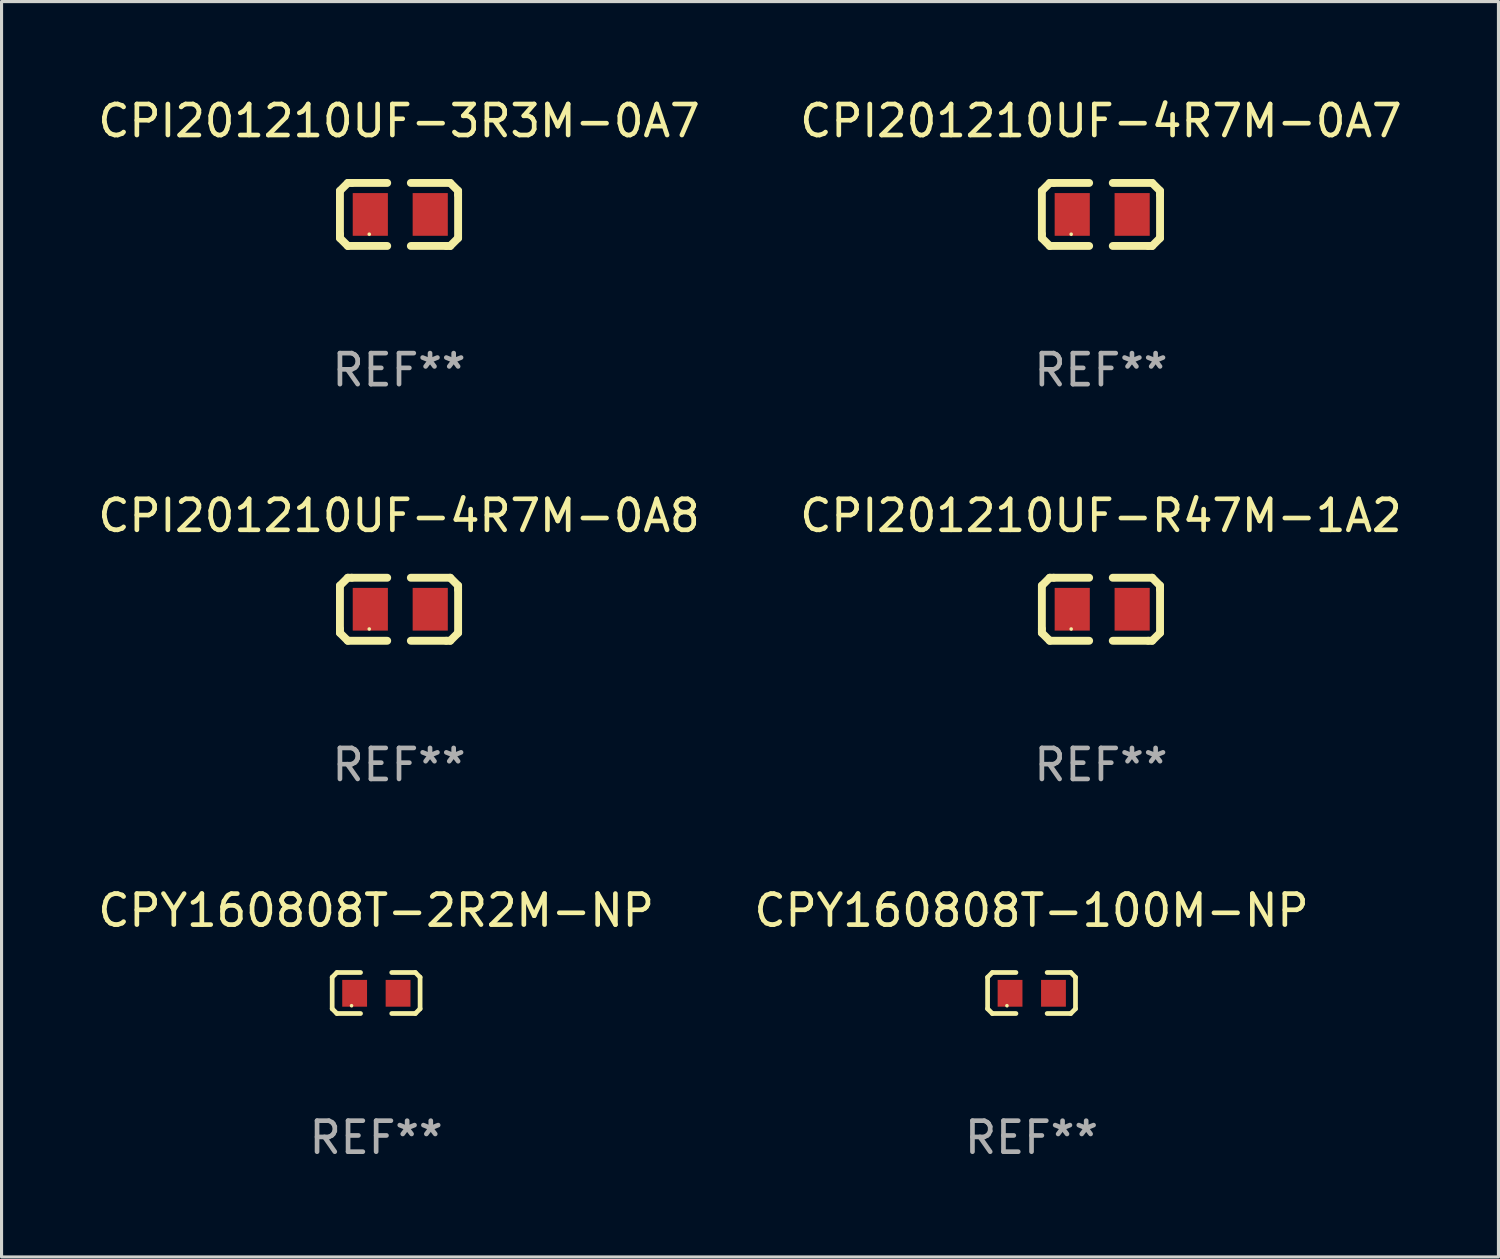
<source format=kicad_pcb>
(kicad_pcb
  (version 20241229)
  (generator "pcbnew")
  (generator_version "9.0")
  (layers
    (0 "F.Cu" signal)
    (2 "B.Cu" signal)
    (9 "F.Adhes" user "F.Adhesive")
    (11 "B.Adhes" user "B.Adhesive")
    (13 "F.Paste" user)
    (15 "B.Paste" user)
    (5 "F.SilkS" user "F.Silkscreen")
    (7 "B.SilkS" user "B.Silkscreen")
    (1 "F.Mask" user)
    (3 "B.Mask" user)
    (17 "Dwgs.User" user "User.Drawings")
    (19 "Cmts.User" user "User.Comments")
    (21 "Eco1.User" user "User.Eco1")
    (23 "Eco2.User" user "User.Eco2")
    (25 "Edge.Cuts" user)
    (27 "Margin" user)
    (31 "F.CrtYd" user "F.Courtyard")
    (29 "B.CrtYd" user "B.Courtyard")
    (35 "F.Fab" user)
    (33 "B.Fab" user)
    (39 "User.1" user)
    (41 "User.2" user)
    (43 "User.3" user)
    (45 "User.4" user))
  (footprint "CPI201210UF-3R3M-0A7"
    (layer "F.Cu")
    (at 9.815 3.864)
    (property "Reference" "CPI201210UF-3R3M-0A7" (at 0 -3.016 0) (layer "F.SilkS") (effects (font (size 1 1) (thickness 0.15))))
    (attr through_hole)
    (fp_line (start -1.905 -0.762) (end -1.905 0.635) (stroke (width 0.254) (type solid)) (layer "F.SilkS"))
    (fp_line (start -1.905 0.635) (end -1.905 0.762) (stroke (width 0.254) (type solid)) (layer "F.SilkS"))
    (fp_line (start -1.905 0.762) (end -1.651 1.016) (stroke (width 0.254) (type solid)) (layer "F.SilkS"))
    (fp_line (start -1.651 -1.016) (end -1.905 -0.762) (stroke (width 0.254) (type solid)) (layer "F.SilkS"))
    (fp_line (start -1.651 1.016) (end -0.381 1.016) (stroke (width 0.254) (type solid)) (layer "F.SilkS"))
    (fp_line (start -1.524 -1.016) (end -1.651 -1.016) (stroke (width 0.254) (type solid)) (layer "F.SilkS"))
    (fp_line (start -0.381 -1.016) (end -1.524 -1.016) (stroke (width 0.254) (type solid)) (layer "F.SilkS"))
    (fp_line (start 0.381 1.016) (end 1.524 1.016) (stroke (width 0.254) (type solid)) (layer "F.SilkS"))
    (fp_line (start 1.524 1.016) (end 1.651 1.016) (stroke (width 0.254) (type solid)) (layer "F.SilkS"))
    (fp_line (start 1.651 -1.016) (end 0.381 -1.016) (stroke (width 0.254) (type solid)) (layer "F.SilkS"))
    (fp_line (start 1.651 1.016) (end 1.905 0.762) (stroke (width 0.254) (type solid)) (layer "F.SilkS"))
    (fp_line (start 1.905 -0.762) (end 1.651 -1.016) (stroke (width 0.254) (type solid)) (layer "F.SilkS"))
    (fp_line (start 1.905 -0.635) (end 1.905 -0.762) (stroke (width 0.254) (type solid)) (layer "F.SilkS"))
    (fp_line (start 1.905 0.762) (end 1.905 -0.635) (stroke (width 0.254) (type solid)) (layer "F.SilkS"))
    (fp_circle (center -0.96 0.637) (end -0.93 0.637) (stroke (width 0.06) (type solid)) (fill no) (layer "F.SilkS"))
    (fp_text user "REF**" (at 0 5.016 0) (layer "F.Fab") (effects (font (size 1 1) (thickness 0.15))))
    (pad "1" smd rect (at -0.926 -0.000051) (size 1.133 1.377) (layers "F.Cu" "F.Mask" "F.Paste"))
    (pad "2" smd rect (at 1.006 -0.000051) (size 1.133 1.377) (layers "F.Cu" "F.Mask" "F.Paste")))
  (footprint "CPY160808T-2R2M-NP"
    (layer "F.Cu")
    (at 9.077 28.966)
    (property "Reference" "CPY160808T-2R2M-NP" (at 0 -2.661 0) (layer "F.SilkS") (effects (font (size 1 1) (thickness 0.15))))
    (attr through_hole)
    (fp_line (start -1.417 -0.508) (end -1.265 -0.661) (stroke (width 0.152) (type solid)) (layer "F.SilkS"))
    (fp_line (start -1.417 0.508) (end -1.417 -0.508) (stroke (width 0.152) (type solid)) (layer "F.SilkS"))
    (fp_line (start -1.265 -0.661) (end -0.503 -0.661) (stroke (width 0.152) (type solid)) (layer "F.SilkS"))
    (fp_line (start -1.265 0.661) (end -1.417 0.508) (stroke (width 0.152) (type solid)) (layer "F.SilkS"))
    (fp_line (start -1.265 0.661) (end -0.503 0.661) (stroke (width 0.152) (type solid)) (layer "F.SilkS"))
    (fp_line (start 1.265 -0.661) (end 0.503 -0.661) (stroke (width 0.152) (type solid)) (layer "F.SilkS"))
    (fp_line (start 1.265 -0.661) (end 1.417 -0.508) (stroke (width 0.152) (type solid)) (layer "F.SilkS"))
    (fp_line (start 1.265 0.661) (end 0.503 0.661) (stroke (width 0.152) (type solid)) (layer "F.SilkS"))
    (fp_line (start 1.417 -0.508) (end 1.417 0.508) (stroke (width 0.152) (type solid)) (layer "F.SilkS"))
    (fp_line (start 1.417 0.508) (end 1.265 0.661) (stroke (width 0.152) (type solid)) (layer "F.SilkS"))
    (fp_circle (center -0.793 0.409) (end -0.763 0.409) (stroke (width 0.06) (type solid)) (fill no) (layer "F.SilkS"))
    (fp_text user "REF**" (at 0 4.661 0) (layer "F.Fab") (effects (font (size 1 1) (thickness 0.15))))
    (pad "1" smd rect (at -0.693 0.009 180) (size 0.8 0.864) (layers "F.Cu" "F.Mask" "F.Paste"))
    (pad "2" smd rect (at 0.707 0.009 180) (size 0.8 0.864) (layers "F.Cu" "F.Mask" "F.Paste")))
  (footprint "CPI201210UF-4R7M-0A8"
    (layer "F.Cu")
    (at 9.815 16.593)
    (property "Reference" "CPI201210UF-4R7M-0A8" (at 0 -3.016 0) (layer "F.SilkS") (effects (font (size 1 1) (thickness 0.15))))
    (attr through_hole)
    (fp_line (start -1.905 -0.762) (end -1.905 0.635) (stroke (width 0.254) (type solid)) (layer "F.SilkS"))
    (fp_line (start -1.905 0.635) (end -1.905 0.762) (stroke (width 0.254) (type solid)) (layer "F.SilkS"))
    (fp_line (start -1.905 0.762) (end -1.651 1.016) (stroke (width 0.254) (type solid)) (layer "F.SilkS"))
    (fp_line (start -1.651 -1.016) (end -1.905 -0.762) (stroke (width 0.254) (type solid)) (layer "F.SilkS"))
    (fp_line (start -1.651 1.016) (end -0.381 1.016) (stroke (width 0.254) (type solid)) (layer "F.SilkS"))
    (fp_line (start -1.524 -1.016) (end -1.651 -1.016) (stroke (width 0.254) (type solid)) (layer "F.SilkS"))
    (fp_line (start -0.381 -1.016) (end -1.524 -1.016) (stroke (width 0.254) (type solid)) (layer "F.SilkS"))
    (fp_line (start 0.381 1.016) (end 1.524 1.016) (stroke (width 0.254) (type solid)) (layer "F.SilkS"))
    (fp_line (start 1.524 1.016) (end 1.651 1.016) (stroke (width 0.254) (type solid)) (layer "F.SilkS"))
    (fp_line (start 1.651 -1.016) (end 0.381 -1.016) (stroke (width 0.254) (type solid)) (layer "F.SilkS"))
    (fp_line (start 1.651 1.016) (end 1.905 0.762) (stroke (width 0.254) (type solid)) (layer "F.SilkS"))
    (fp_line (start 1.905 -0.762) (end 1.651 -1.016) (stroke (width 0.254) (type solid)) (layer "F.SilkS"))
    (fp_line (start 1.905 -0.635) (end 1.905 -0.762) (stroke (width 0.254) (type solid)) (layer "F.SilkS"))
    (fp_line (start 1.905 0.762) (end 1.905 -0.635) (stroke (width 0.254) (type solid)) (layer "F.SilkS"))
    (fp_circle (center -0.96 0.637) (end -0.93 0.637) (stroke (width 0.06) (type solid)) (fill no) (layer "F.SilkS"))
    (fp_text user "REF**" (at 0 5.016 0) (layer "F.Fab") (effects (font (size 1 1) (thickness 0.15))))
    (pad "1" smd rect (at -0.926 -0.000051) (size 1.133 1.377) (layers "F.Cu" "F.Mask" "F.Paste"))
    (pad "2" smd rect (at 1.006 -0.000051) (size 1.133 1.377) (layers "F.Cu" "F.Mask" "F.Paste")))
  (footprint "CPY160808T-100M-NP"
    (layer "F.Cu")
    (at 30.208 28.966)
    (property "Reference" "CPY160808T-100M-NP" (at 0 -2.661 0) (layer "F.SilkS") (effects (font (size 1 1) (thickness 0.15))))
    (attr through_hole)
    (fp_line (start -1.417 -0.508) (end -1.265 -0.661) (stroke (width 0.152) (type solid)) (layer "F.SilkS"))
    (fp_line (start -1.417 0.508) (end -1.417 -0.508) (stroke (width 0.152) (type solid)) (layer "F.SilkS"))
    (fp_line (start -1.265 -0.661) (end -0.503 -0.661) (stroke (width 0.152) (type solid)) (layer "F.SilkS"))
    (fp_line (start -1.265 0.661) (end -1.417 0.508) (stroke (width 0.152) (type solid)) (layer "F.SilkS"))
    (fp_line (start -1.265 0.661) (end -0.503 0.661) (stroke (width 0.152) (type solid)) (layer "F.SilkS"))
    (fp_line (start 1.265 -0.661) (end 0.503 -0.661) (stroke (width 0.152) (type solid)) (layer "F.SilkS"))
    (fp_line (start 1.265 -0.661) (end 1.417 -0.508) (stroke (width 0.152) (type solid)) (layer "F.SilkS"))
    (fp_line (start 1.265 0.661) (end 0.503 0.661) (stroke (width 0.152) (type solid)) (layer "F.SilkS"))
    (fp_line (start 1.417 -0.508) (end 1.417 0.508) (stroke (width 0.152) (type solid)) (layer "F.SilkS"))
    (fp_line (start 1.417 0.508) (end 1.265 0.661) (stroke (width 0.152) (type solid)) (layer "F.SilkS"))
    (fp_circle (center -0.793 0.409) (end -0.763 0.409) (stroke (width 0.06) (type solid)) (fill no) (layer "F.SilkS"))
    (fp_text user "REF**" (at 0 4.661 0) (layer "F.Fab") (effects (font (size 1 1) (thickness 0.15))))
    (pad "1" smd rect (at -0.693 0.009 180) (size 0.8 0.864) (layers "F.Cu" "F.Mask" "F.Paste"))
    (pad "2" smd rect (at 0.707 0.009 180) (size 0.8 0.864) (layers "F.Cu" "F.Mask" "F.Paste")))
  (footprint "CPI201210UF-4R7M-0A7"
    (layer "F.Cu")
    (at 32.446 3.864)
    (property "Reference" "CPI201210UF-4R7M-0A7" (at 0 -3.016 0) (layer "F.SilkS") (effects (font (size 1 1) (thickness 0.15))))
    (attr through_hole)
    (fp_line (start -1.905 -0.762) (end -1.905 0.635) (stroke (width 0.254) (type solid)) (layer "F.SilkS"))
    (fp_line (start -1.905 0.635) (end -1.905 0.762) (stroke (width 0.254) (type solid)) (layer "F.SilkS"))
    (fp_line (start -1.905 0.762) (end -1.651 1.016) (stroke (width 0.254) (type solid)) (layer "F.SilkS"))
    (fp_line (start -1.651 -1.016) (end -1.905 -0.762) (stroke (width 0.254) (type solid)) (layer "F.SilkS"))
    (fp_line (start -1.651 1.016) (end -0.381 1.016) (stroke (width 0.254) (type solid)) (layer "F.SilkS"))
    (fp_line (start -1.524 -1.016) (end -1.651 -1.016) (stroke (width 0.254) (type solid)) (layer "F.SilkS"))
    (fp_line (start -0.381 -1.016) (end -1.524 -1.016) (stroke (width 0.254) (type solid)) (layer "F.SilkS"))
    (fp_line (start 0.381 1.016) (end 1.524 1.016) (stroke (width 0.254) (type solid)) (layer "F.SilkS"))
    (fp_line (start 1.524 1.016) (end 1.651 1.016) (stroke (width 0.254) (type solid)) (layer "F.SilkS"))
    (fp_line (start 1.651 -1.016) (end 0.381 -1.016) (stroke (width 0.254) (type solid)) (layer "F.SilkS"))
    (fp_line (start 1.651 1.016) (end 1.905 0.762) (stroke (width 0.254) (type solid)) (layer "F.SilkS"))
    (fp_line (start 1.905 -0.762) (end 1.651 -1.016) (stroke (width 0.254) (type solid)) (layer "F.SilkS"))
    (fp_line (start 1.905 -0.635) (end 1.905 -0.762) (stroke (width 0.254) (type solid)) (layer "F.SilkS"))
    (fp_line (start 1.905 0.762) (end 1.905 -0.635) (stroke (width 0.254) (type solid)) (layer "F.SilkS"))
    (fp_circle (center -0.96 0.637) (end -0.93 0.637) (stroke (width 0.06) (type solid)) (fill no) (layer "F.SilkS"))
    (fp_text user "REF**" (at 0 5.016 0) (layer "F.Fab") (effects (font (size 1 1) (thickness 0.15))))
    (pad "1" smd rect (at -0.926 -0.000051) (size 1.133 1.377) (layers "F.Cu" "F.Mask" "F.Paste"))
    (pad "2" smd rect (at 1.006 -0.000051) (size 1.133 1.377) (layers "F.Cu" "F.Mask" "F.Paste")))
  (footprint "CPI201210UF-R47M-1A2"
    (layer "F.Cu")
    (at 32.446 16.593)
    (property "Reference" "CPI201210UF-R47M-1A2" (at 0 -3.016 0) (layer "F.SilkS") (effects (font (size 1 1) (thickness 0.15))))
    (attr through_hole)
    (fp_line (start -1.905 -0.762) (end -1.905 0.635) (stroke (width 0.254) (type solid)) (layer "F.SilkS"))
    (fp_line (start -1.905 0.635) (end -1.905 0.762) (stroke (width 0.254) (type solid)) (layer "F.SilkS"))
    (fp_line (start -1.905 0.762) (end -1.651 1.016) (stroke (width 0.254) (type solid)) (layer "F.SilkS"))
    (fp_line (start -1.651 -1.016) (end -1.905 -0.762) (stroke (width 0.254) (type solid)) (layer "F.SilkS"))
    (fp_line (start -1.651 1.016) (end -0.381 1.016) (stroke (width 0.254) (type solid)) (layer "F.SilkS"))
    (fp_line (start -1.524 -1.016) (end -1.651 -1.016) (stroke (width 0.254) (type solid)) (layer "F.SilkS"))
    (fp_line (start -0.381 -1.016) (end -1.524 -1.016) (stroke (width 0.254) (type solid)) (layer "F.SilkS"))
    (fp_line (start 0.381 1.016) (end 1.524 1.016) (stroke (width 0.254) (type solid)) (layer "F.SilkS"))
    (fp_line (start 1.524 1.016) (end 1.651 1.016) (stroke (width 0.254) (type solid)) (layer "F.SilkS"))
    (fp_line (start 1.651 -1.016) (end 0.381 -1.016) (stroke (width 0.254) (type solid)) (layer "F.SilkS"))
    (fp_line (start 1.651 1.016) (end 1.905 0.762) (stroke (width 0.254) (type solid)) (layer "F.SilkS"))
    (fp_line (start 1.905 -0.762) (end 1.651 -1.016) (stroke (width 0.254) (type solid)) (layer "F.SilkS"))
    (fp_line (start 1.905 -0.635) (end 1.905 -0.762) (stroke (width 0.254) (type solid)) (layer "F.SilkS"))
    (fp_line (start 1.905 0.762) (end 1.905 -0.635) (stroke (width 0.254) (type solid)) (layer "F.SilkS"))
    (fp_circle (center -0.96 0.637) (end -0.93 0.637) (stroke (width 0.06) (type solid)) (fill no) (layer "F.SilkS"))
    (fp_text user "REF**" (at 0 5.016 0) (layer "F.Fab") (effects (font (size 1 1) (thickness 0.15))))
    (pad "1" smd rect (at -0.926 -0.000051) (size 1.133 1.377) (layers "F.Cu" "F.Mask" "F.Paste"))
    (pad "2" smd rect (at 1.006 -0.000051) (size 1.133 1.377) (layers "F.Cu" "F.Mask" "F.Paste")))
  (gr_rect
    (start -3 -3)
    (end 45.262 37.475)
    (stroke (width 0.1) (type default))
    (fill no)
    (layer "Edge.Cuts")))
</source>
